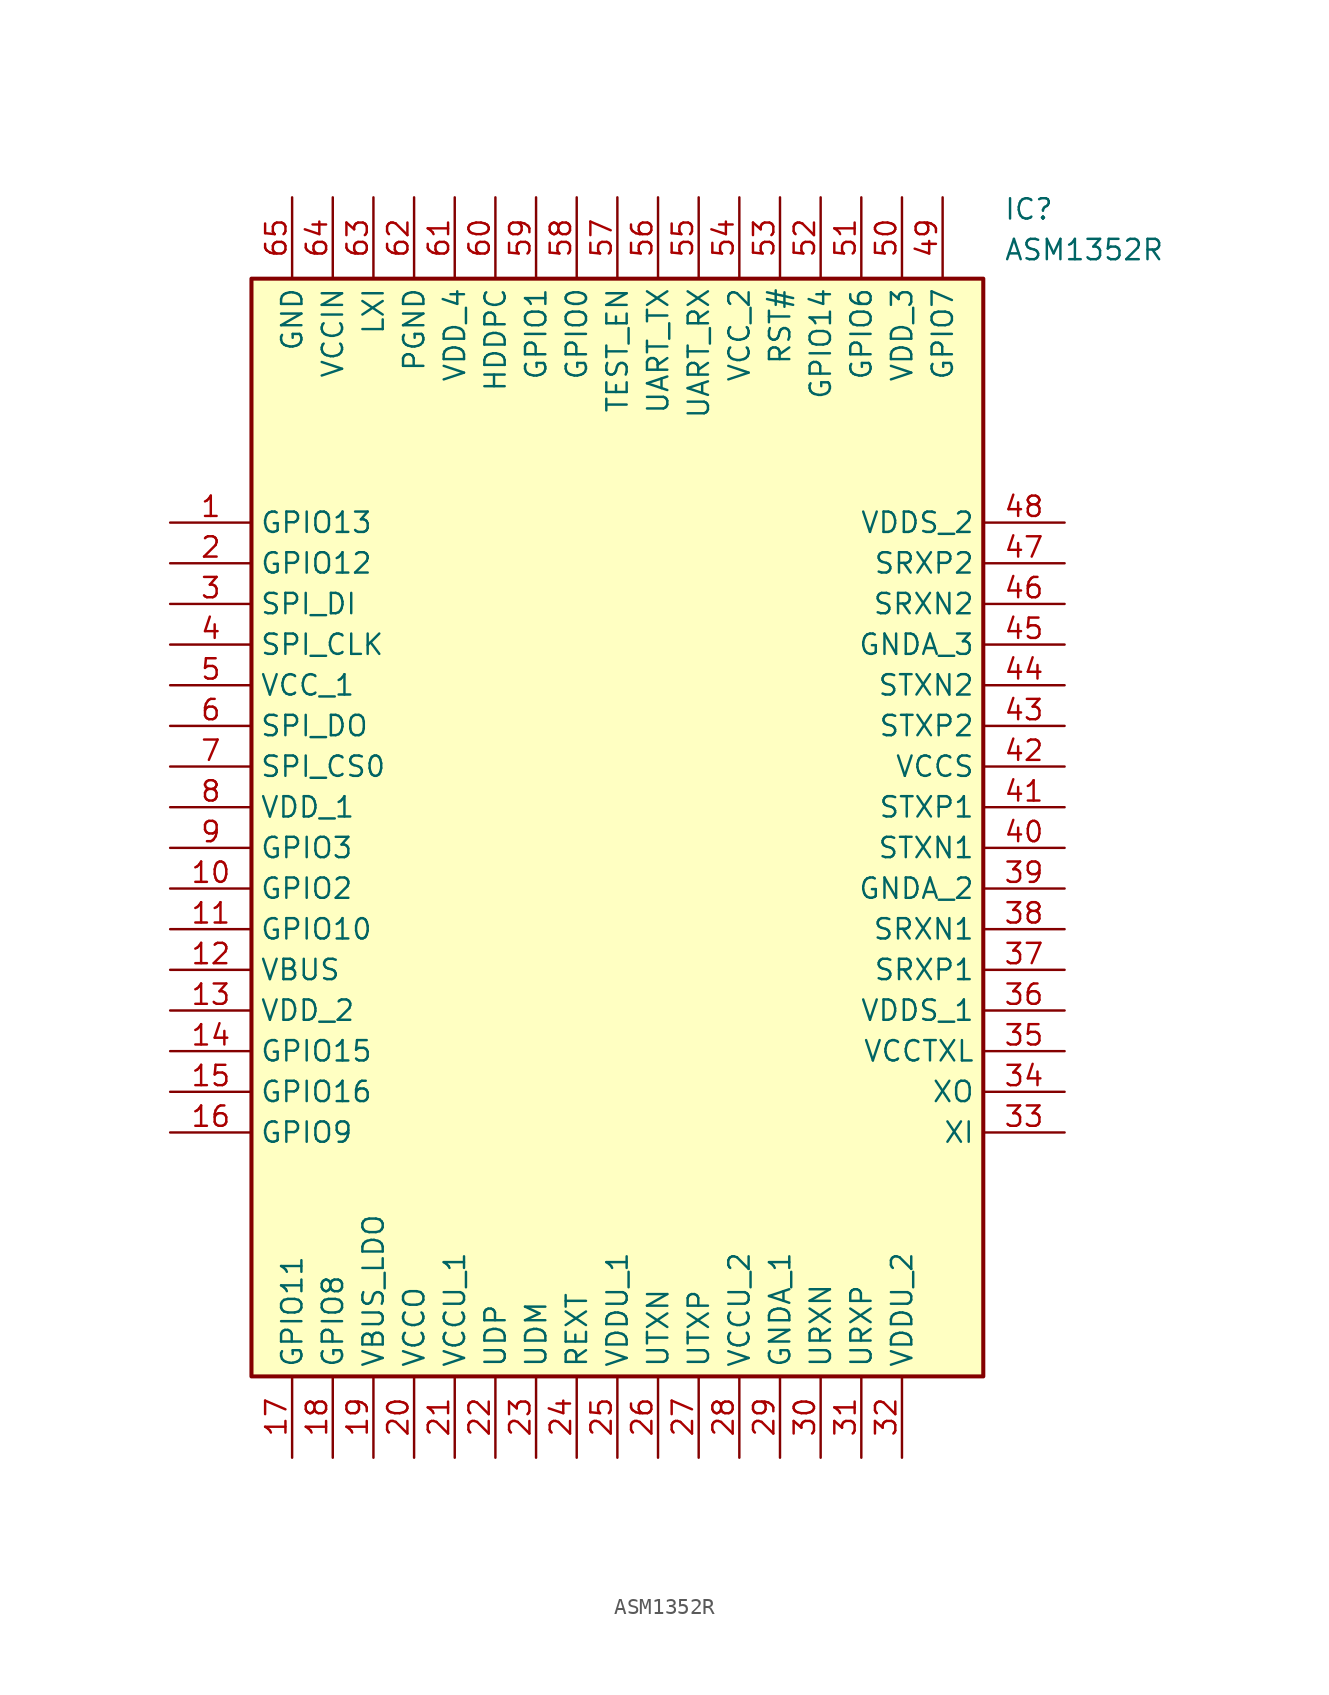
<source format=kicad_sym>
(kicad_symbol_lib
  (version 20211014)
  (generator SamacSys_ECAD_Model)
  (symbol "ASM1352R"
    (property "Reference" "IC"
      (at 52.07 20.32 0)
      (effects (font (size 1.27 1.27)) (justify left top)))
    (property "Value" "ASM1352R"
      (at 52.07 17.78 0)
      (effects (font (size 1.27 1.27)) (justify left top)))
    (rectangle
      (start 5.08 15.24)
      (end 50.8 -53.34)
      (stroke (width 0.254) (type default))
      (fill (type background)))
    (pin passive line
      (at 0 0 0)
      (length 5.08)
      (name "GPIO13" (effects (font (size 1.27 1.27))))
      (number "1" (effects (font (size 1.27 1.27)))))
    (pin passive line
      (at 0 -2.54 0)
      (length 5.08)
      (name "GPIO12" (effects (font (size 1.27 1.27))))
      (number "2" (effects (font (size 1.27 1.27)))))
    (pin passive line
      (at 0 -5.08 0)
      (length 5.08)
      (name "SPI_DI" (effects (font (size 1.27 1.27))))
      (number "3" (effects (font (size 1.27 1.27)))))
    (pin passive line
      (at 0 -7.62 0)
      (length 5.08)
      (name "SPI_CLK" (effects (font (size 1.27 1.27))))
      (number "4" (effects (font (size 1.27 1.27)))))
    (pin passive line
      (at 0 -10.16 0)
      (length 5.08)
      (name "VCC_1" (effects (font (size 1.27 1.27))))
      (number "5" (effects (font (size 1.27 1.27)))))
    (pin passive line
      (at 0 -12.7 0)
      (length 5.08)
      (name "SPI_DO" (effects (font (size 1.27 1.27))))
      (number "6" (effects (font (size 1.27 1.27)))))
    (pin passive line
      (at 0 -15.24 0)
      (length 5.08)
      (name "SPI_CS0" (effects (font (size 1.27 1.27))))
      (number "7" (effects (font (size 1.27 1.27)))))
    (pin passive line
      (at 0 -17.78 0)
      (length 5.08)
      (name "VDD_1" (effects (font (size 1.27 1.27))))
      (number "8" (effects (font (size 1.27 1.27)))))
    (pin passive line
      (at 0 -20.32 0)
      (length 5.08)
      (name "GPIO3" (effects (font (size 1.27 1.27))))
      (number "9" (effects (font (size 1.27 1.27)))))
    (pin passive line
      (at 0 -22.86 0)
      (length 5.08)
      (name "GPIO2" (effects (font (size 1.27 1.27))))
      (number "10" (effects (font (size 1.27 1.27)))))
    (pin passive line
      (at 0 -25.4 0)
      (length 5.08)
      (name "GPIO10" (effects (font (size 1.27 1.27))))
      (number "11" (effects (font (size 1.27 1.27)))))
    (pin passive line
      (at 0 -27.94 0)
      (length 5.08)
      (name "VBUS" (effects (font (size 1.27 1.27))))
      (number "12" (effects (font (size 1.27 1.27)))))
    (pin passive line
      (at 0 -30.48 0)
      (length 5.08)
      (name "VDD_2" (effects (font (size 1.27 1.27))))
      (number "13" (effects (font (size 1.27 1.27)))))
    (pin passive line
      (at 0 -33.02 0)
      (length 5.08)
      (name "GPIO15" (effects (font (size 1.27 1.27))))
      (number "14" (effects (font (size 1.27 1.27)))))
    (pin passive line
      (at 0 -35.56 0)
      (length 5.08)
      (name "GPIO16" (effects (font (size 1.27 1.27))))
      (number "15" (effects (font (size 1.27 1.27)))))
    (pin passive line
      (at 0 -38.1 0)
      (length 5.08)
      (name "GPIO9" (effects (font (size 1.27 1.27))))
      (number "16" (effects (font (size 1.27 1.27)))))
    (pin passive line
      (at 7.62 -58.42 90)
      (length 5.08)
      (name "GPIO11" (effects (font (size 1.27 1.27))))
      (number "17" (effects (font (size 1.27 1.27)))))
    (pin passive line
      (at 10.16 -58.42 90)
      (length 5.08)
      (name "GPIO8" (effects (font (size 1.27 1.27))))
      (number "18" (effects (font (size 1.27 1.27)))))
    (pin passive line
      (at 12.7 -58.42 90)
      (length 5.08)
      (name "VBUS_LDO" (effects (font (size 1.27 1.27))))
      (number "19" (effects (font (size 1.27 1.27)))))
    (pin passive line
      (at 15.24 -58.42 90)
      (length 5.08)
      (name "VCCO" (effects (font (size 1.27 1.27))))
      (number "20" (effects (font (size 1.27 1.27)))))
    (pin passive line
      (at 17.78 -58.42 90)
      (length 5.08)
      (name "VCCU_1" (effects (font (size 1.27 1.27))))
      (number "21" (effects (font (size 1.27 1.27)))))
    (pin passive line
      (at 20.32 -58.42 90)
      (length 5.08)
      (name "UDP" (effects (font (size 1.27 1.27))))
      (number "22" (effects (font (size 1.27 1.27)))))
    (pin passive line
      (at 22.86 -58.42 90)
      (length 5.08)
      (name "UDM" (effects (font (size 1.27 1.27))))
      (number "23" (effects (font (size 1.27 1.27)))))
    (pin passive line
      (at 25.4 -58.42 90)
      (length 5.08)
      (name "REXT" (effects (font (size 1.27 1.27))))
      (number "24" (effects (font (size 1.27 1.27)))))
    (pin passive line
      (at 27.94 -58.42 90)
      (length 5.08)
      (name "VDDU_1" (effects (font (size 1.27 1.27))))
      (number "25" (effects (font (size 1.27 1.27)))))
    (pin passive line
      (at 30.48 -58.42 90)
      (length 5.08)
      (name "UTXN" (effects (font (size 1.27 1.27))))
      (number "26" (effects (font (size 1.27 1.27)))))
    (pin passive line
      (at 33.02 -58.42 90)
      (length 5.08)
      (name "UTXP" (effects (font (size 1.27 1.27))))
      (number "27" (effects (font (size 1.27 1.27)))))
    (pin passive line
      (at 35.56 -58.42 90)
      (length 5.08)
      (name "VCCU_2" (effects (font (size 1.27 1.27))))
      (number "28" (effects (font (size 1.27 1.27)))))
    (pin passive line
      (at 38.1 -58.42 90)
      (length 5.08)
      (name "GNDA_1" (effects (font (size 1.27 1.27))))
      (number "29" (effects (font (size 1.27 1.27)))))
    (pin passive line
      (at 40.64 -58.42 90)
      (length 5.08)
      (name "URXN" (effects (font (size 1.27 1.27))))
      (number "30" (effects (font (size 1.27 1.27)))))
    (pin passive line
      (at 43.18 -58.42 90)
      (length 5.08)
      (name "URXP" (effects (font (size 1.27 1.27))))
      (number "31" (effects (font (size 1.27 1.27)))))
    (pin passive line
      (at 45.72 -58.42 90)
      (length 5.08)
      (name "VDDU_2" (effects (font (size 1.27 1.27))))
      (number "32" (effects (font (size 1.27 1.27)))))
    (pin passive line
      (at 55.88 0 180)
      (length 5.08)
      (name "VDDS_2" (effects (font (size 1.27 1.27))))
      (number "48" (effects (font (size 1.27 1.27)))))
    (pin passive line
      (at 55.88 -2.54 180)
      (length 5.08)
      (name "SRXP2" (effects (font (size 1.27 1.27))))
      (number "47" (effects (font (size 1.27 1.27)))))
    (pin passive line
      (at 55.88 -5.08 180)
      (length 5.08)
      (name "SRXN2" (effects (font (size 1.27 1.27))))
      (number "46" (effects (font (size 1.27 1.27)))))
    (pin passive line
      (at 55.88 -7.62 180)
      (length 5.08)
      (name "GNDA_3" (effects (font (size 1.27 1.27))))
      (number "45" (effects (font (size 1.27 1.27)))))
    (pin passive line
      (at 55.88 -10.16 180)
      (length 5.08)
      (name "STXN2" (effects (font (size 1.27 1.27))))
      (number "44" (effects (font (size 1.27 1.27)))))
    (pin passive line
      (at 55.88 -12.7 180)
      (length 5.08)
      (name "STXP2" (effects (font (size 1.27 1.27))))
      (number "43" (effects (font (size 1.27 1.27)))))
    (pin passive line
      (at 55.88 -15.24 180)
      (length 5.08)
      (name "VCCS" (effects (font (size 1.27 1.27))))
      (number "42" (effects (font (size 1.27 1.27)))))
    (pin passive line
      (at 55.88 -17.78 180)
      (length 5.08)
      (name "STXP1" (effects (font (size 1.27 1.27))))
      (number "41" (effects (font (size 1.27 1.27)))))
    (pin passive line
      (at 55.88 -20.32 180)
      (length 5.08)
      (name "STXN1" (effects (font (size 1.27 1.27))))
      (number "40" (effects (font (size 1.27 1.27)))))
    (pin passive line
      (at 55.88 -22.86 180)
      (length 5.08)
      (name "GNDA_2" (effects (font (size 1.27 1.27))))
      (number "39" (effects (font (size 1.27 1.27)))))
    (pin passive line
      (at 55.88 -25.4 180)
      (length 5.08)
      (name "SRXN1" (effects (font (size 1.27 1.27))))
      (number "38" (effects (font (size 1.27 1.27)))))
    (pin passive line
      (at 55.88 -27.94 180)
      (length 5.08)
      (name "SRXP1" (effects (font (size 1.27 1.27))))
      (number "37" (effects (font (size 1.27 1.27)))))
    (pin passive line
      (at 55.88 -30.48 180)
      (length 5.08)
      (name "VDDS_1" (effects (font (size 1.27 1.27))))
      (number "36" (effects (font (size 1.27 1.27)))))
    (pin passive line
      (at 55.88 -33.02 180)
      (length 5.08)
      (name "VCCTXL" (effects (font (size 1.27 1.27))))
      (number "35" (effects (font (size 1.27 1.27)))))
    (pin passive line
      (at 55.88 -35.56 180)
      (length 5.08)
      (name "XO" (effects (font (size 1.27 1.27))))
      (number "34" (effects (font (size 1.27 1.27)))))
    (pin passive line
      (at 55.88 -38.1 180)
      (length 5.08)
      (name "XI" (effects (font (size 1.27 1.27))))
      (number "33" (effects (font (size 1.27 1.27)))))
    (pin passive line
      (at 7.62 20.32 270)
      (length 5.08)
      (name "GND" (effects (font (size 1.27 1.27))))
      (number "65" (effects (font (size 1.27 1.27)))))
    (pin passive line
      (at 10.16 20.32 270)
      (length 5.08)
      (name "VCCIN" (effects (font (size 1.27 1.27))))
      (number "64" (effects (font (size 1.27 1.27)))))
    (pin passive line
      (at 12.7 20.32 270)
      (length 5.08)
      (name "LXI" (effects (font (size 1.27 1.27))))
      (number "63" (effects (font (size 1.27 1.27)))))
    (pin passive line
      (at 15.24 20.32 270)
      (length 5.08)
      (name "PGND" (effects (font (size 1.27 1.27))))
      (number "62" (effects (font (size 1.27 1.27)))))
    (pin passive line
      (at 17.78 20.32 270)
      (length 5.08)
      (name "VDD_4" (effects (font (size 1.27 1.27))))
      (number "61" (effects (font (size 1.27 1.27)))))
    (pin passive line
      (at 20.32 20.32 270)
      (length 5.08)
      (name "HDDPC" (effects (font (size 1.27 1.27))))
      (number "60" (effects (font (size 1.27 1.27)))))
    (pin passive line
      (at 22.86 20.32 270)
      (length 5.08)
      (name "GPIO1" (effects (font (size 1.27 1.27))))
      (number "59" (effects (font (size 1.27 1.27)))))
    (pin passive line
      (at 25.4 20.32 270)
      (length 5.08)
      (name "GPIO0" (effects (font (size 1.27 1.27))))
      (number "58" (effects (font (size 1.27 1.27)))))
    (pin passive line
      (at 27.94 20.32 270)
      (length 5.08)
      (name "TEST_EN" (effects (font (size 1.27 1.27))))
      (number "57" (effects (font (size 1.27 1.27)))))
    (pin passive line
      (at 30.48 20.32 270)
      (length 5.08)
      (name "UART_TX" (effects (font (size 1.27 1.27))))
      (number "56" (effects (font (size 1.27 1.27)))))
    (pin passive line
      (at 33.02 20.32 270)
      (length 5.08)
      (name "UART_RX" (effects (font (size 1.27 1.27))))
      (number "55" (effects (font (size 1.27 1.27)))))
    (pin passive line
      (at 35.56 20.32 270)
      (length 5.08)
      (name "VCC_2" (effects (font (size 1.27 1.27))))
      (number "54" (effects (font (size 1.27 1.27)))))
    (pin passive line
      (at 38.1 20.32 270)
      (length 5.08)
      (name "RST#" (effects (font (size 1.27 1.27))))
      (number "53" (effects (font (size 1.27 1.27)))))
    (pin passive line
      (at 40.64 20.32 270)
      (length 5.08)
      (name "GPIO14" (effects (font (size 1.27 1.27))))
      (number "52" (effects (font (size 1.27 1.27)))))
    (pin passive line
      (at 43.18 20.32 270)
      (length 5.08)
      (name "GPIO6" (effects (font (size 1.27 1.27))))
      (number "51" (effects (font (size 1.27 1.27)))))
    (pin passive line
      (at 45.72 20.32 270)
      (length 5.08)
      (name "VDD_3" (effects (font (size 1.27 1.27))))
      (number "50" (effects (font (size 1.27 1.27)))))
    (pin passive line
      (at 48.26 20.32 270)
      (length 5.08)
      (name "GPIO7" (effects (font (size 1.27 1.27))))
      (number "49" (effects (font (size 1.27 1.27)))))))
</source>
